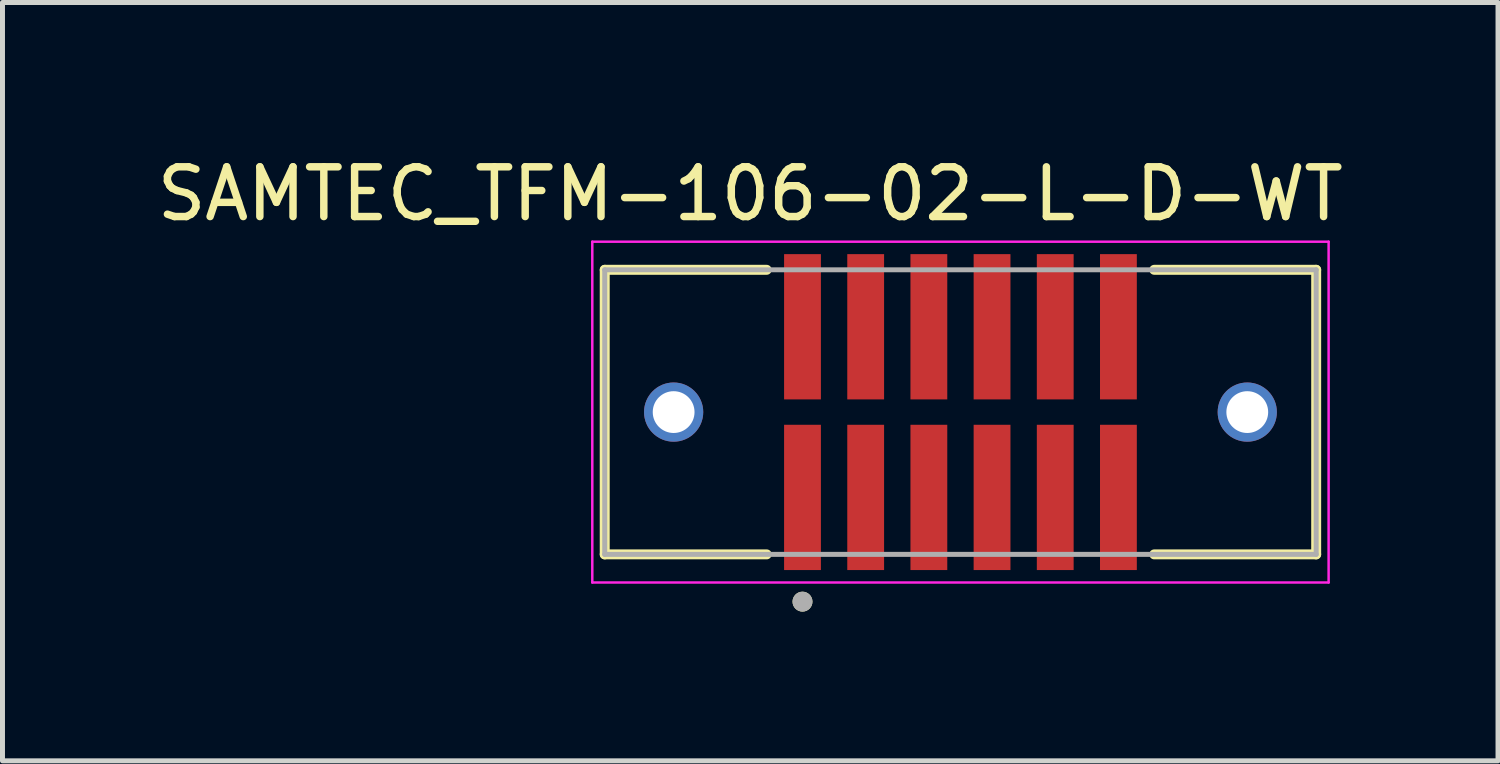
<source format=kicad_pcb>
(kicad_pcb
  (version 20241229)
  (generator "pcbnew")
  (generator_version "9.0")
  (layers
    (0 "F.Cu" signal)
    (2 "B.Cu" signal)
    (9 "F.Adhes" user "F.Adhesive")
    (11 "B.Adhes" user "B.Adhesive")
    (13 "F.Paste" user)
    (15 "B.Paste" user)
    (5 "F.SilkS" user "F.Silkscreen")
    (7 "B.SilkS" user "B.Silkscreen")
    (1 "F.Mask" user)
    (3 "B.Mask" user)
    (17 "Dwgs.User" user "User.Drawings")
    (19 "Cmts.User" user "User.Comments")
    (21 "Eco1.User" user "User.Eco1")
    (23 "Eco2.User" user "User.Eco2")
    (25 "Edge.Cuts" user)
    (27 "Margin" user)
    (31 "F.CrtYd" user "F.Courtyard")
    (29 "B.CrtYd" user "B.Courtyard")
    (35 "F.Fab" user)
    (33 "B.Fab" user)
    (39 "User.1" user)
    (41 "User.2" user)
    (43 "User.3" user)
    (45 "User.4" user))
  (footprint "SAMTEC_TFM-106-02-L-D-WT"
    (layer "F.Cu")
    (at 16.255 5.233)
    (property "Reference" "SAMTEC_TFM-106-02-L-D-WT" (at -4.225 -4.385 0) (layer "F.SilkS") (effects (font (size 1 1) (thickness 0.15))))
    (attr smd)
    (fp_line (start -7.15 -2.86) (end -7.15 2.86) (stroke (width 0.2) (type solid)) (layer "F.SilkS"))
    (fp_line (start -7.15 -2.86) (end -3.895 -2.86) (stroke (width 0.2) (type solid)) (layer "F.SilkS"))
    (fp_line (start -7.15 2.86) (end -3.895 2.86) (stroke (width 0.2) (type solid)) (layer "F.SilkS"))
    (fp_line (start 7.15 -2.86) (end 3.895 -2.86) (stroke (width 0.2) (type solid)) (layer "F.SilkS"))
    (fp_line (start 7.15 -2.86) (end 7.15 2.86) (stroke (width 0.2) (type solid)) (layer "F.SilkS"))
    (fp_line (start 7.15 2.86) (end 3.895 2.86) (stroke (width 0.2) (type solid)) (layer "F.SilkS"))
    (fp_circle (center -3.175 3.81) (end -3.075 3.81) (stroke (width 0.2) (type solid)) (fill no) (layer "F.SilkS"))
    (fp_circle (center -5.765 0) (end -5.287 0) (stroke (width 0.955) (type solid)) (fill no) (layer "F.Paste"))
    (fp_circle (center 5.765 0) (end 6.242 0) (stroke (width 0.955) (type solid)) (fill no) (layer "F.Paste"))
    (fp_line (start -7.4 -3.425) (end -7.4 3.425) (stroke (width 0.05) (type solid)) (layer "F.CrtYd"))
    (fp_line (start -7.4 -3.425) (end 7.4 -3.425) (stroke (width 0.05) (type solid)) (layer "F.CrtYd"))
    (fp_line (start 7.4 -3.425) (end 7.4 3.425) (stroke (width 0.05) (type solid)) (layer "F.CrtYd"))
    (fp_line (start 7.4 3.425) (end -7.4 3.425) (stroke (width 0.05) (type solid)) (layer "F.CrtYd"))
    (fp_line (start -7.15 -2.86) (end -7.15 2.86) (stroke (width 0.1) (type solid)) (layer "F.Fab"))
    (fp_line (start -7.15 -2.86) (end 7.15 -2.86) (stroke (width 0.1) (type solid)) (layer "F.Fab"))
    (fp_line (start -7.15 2.86) (end 7.15 2.86) (stroke (width 0.1) (type solid)) (layer "F.Fab"))
    (fp_line (start 7.15 -2.86) (end 7.15 2.86) (stroke (width 0.1) (type solid)) (layer "F.Fab"))
    (fp_circle (center -3.175 3.81) (end -3.075 3.81) (stroke (width 0.2) (type solid)) (fill no) (layer "F.Fab"))
    (pad "01" smd rect (at -3.175 1.715) (size 0.74 2.92) (layers "F.Cu" "F.Mask" "F.Paste"))
    (pad "02" smd rect (at -3.175 -1.715) (size 0.74 2.92) (layers "F.Cu" "F.Mask" "F.Paste"))
    (pad "03" smd rect (at -1.905 1.715) (size 0.74 2.92) (layers "F.Cu" "F.Mask" "F.Paste"))
    (pad "04" smd rect (at -1.905 -1.715) (size 0.74 2.92) (layers "F.Cu" "F.Mask" "F.Paste"))
    (pad "05" smd rect (at -0.635 1.715) (size 0.74 2.92) (layers "F.Cu" "F.Mask" "F.Paste"))
    (pad "06" smd rect (at -0.635 -1.715) (size 0.74 2.92) (layers "F.Cu" "F.Mask" "F.Paste"))
    (pad "07" smd rect (at 0.635 1.715) (size 0.74 2.92) (layers "F.Cu" "F.Mask" "F.Paste"))
    (pad "08" smd rect (at 0.635 -1.715) (size 0.74 2.92) (layers "F.Cu" "F.Mask" "F.Paste"))
    (pad "09" smd rect (at 1.905 1.715) (size 0.74 2.92) (layers "F.Cu" "F.Mask" "F.Paste"))
    (pad "10" smd rect (at 1.905 -1.715) (size 0.74 2.92) (layers "F.Cu" "F.Mask" "F.Paste"))
    (pad "11" smd rect (at 3.175 1.715) (size 0.74 2.92) (layers "F.Cu" "F.Mask" "F.Paste"))
    (pad "12" smd rect (at 3.175 -1.715) (size 0.74 2.92) (layers "F.Cu" "F.Mask" "F.Paste"))
    (pad "S1" thru_hole circle (at 5.765 0) (size 1.19 1.19) (drill 0.84) (layers "*.Cu" "*.Mask"))
    (pad "S2" thru_hole circle (at -5.765 0) (size 1.19 1.19) (drill 0.84) (layers "*.Cu" "*.Mask")))
  (gr_rect
    (start -3 -3)
    (end 27.06 12.243)
    (stroke (width 0.1) (type default))
    (fill no)
    (layer "Edge.Cuts")))
</source>
